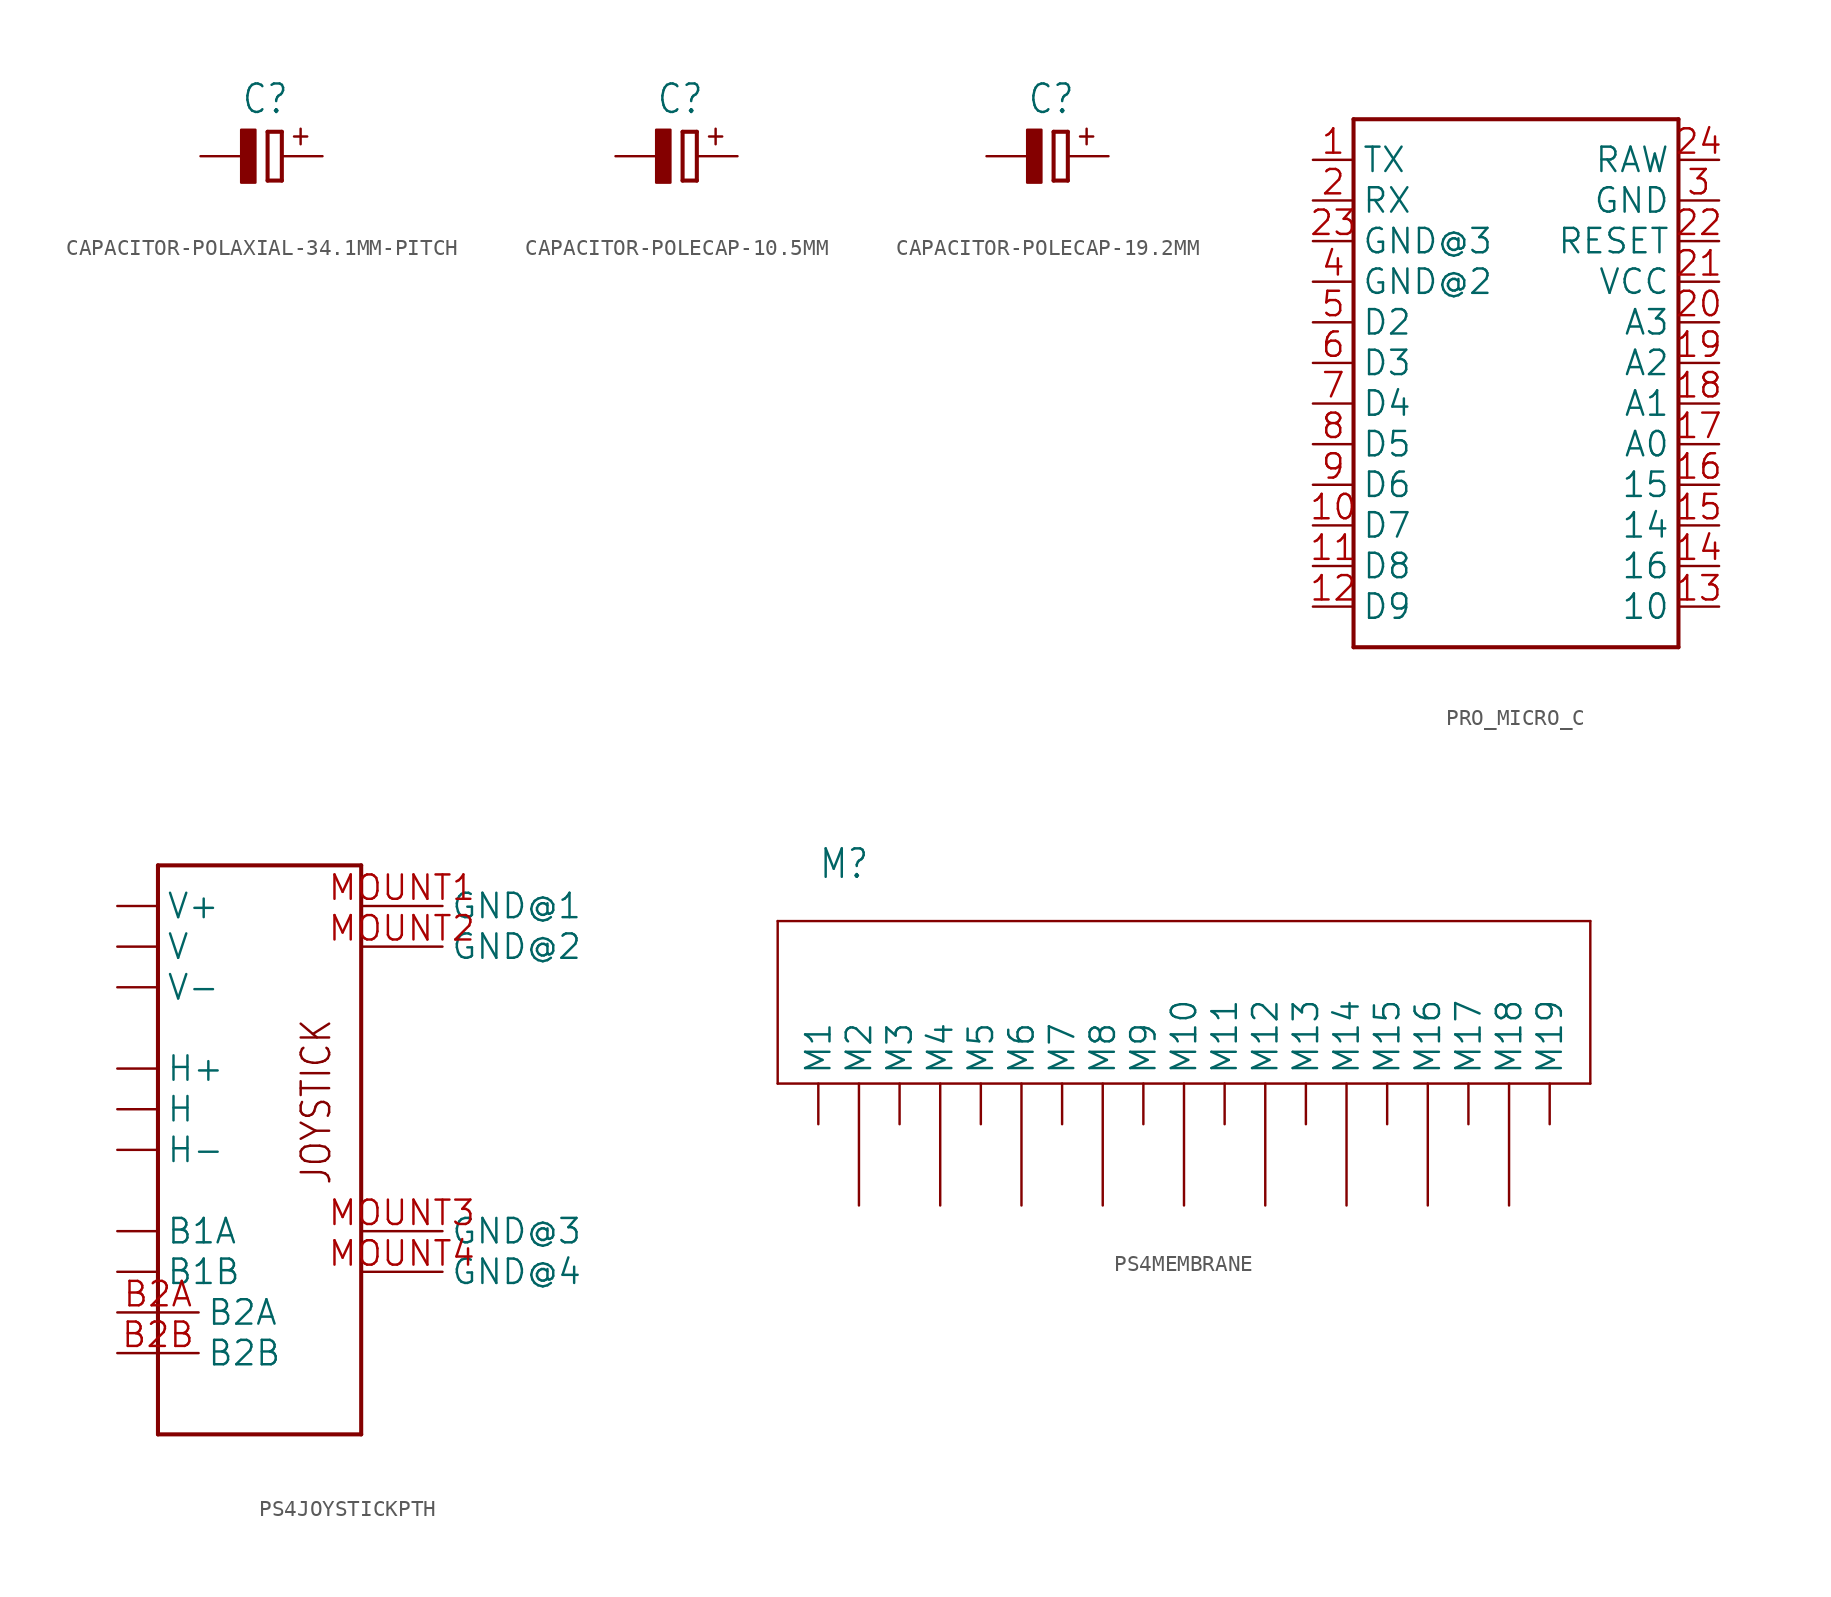
<source format=kicad_sym>
(kicad_symbol_lib
  (version 20241209)
  (generator "kicad_symbol_editor")
  (generator_version "9.0")
  (symbol "CAPACITOR-POLAXIAL-34.1MM-PITCH"
    (property "Reference" "C"
      (at -2.54 2.54 0)
      (effects (font (size 1.778 1.511)) (justify left bottom)))
    (property "Value" ""
      (at -2.54 -3.81 0)
      (effects (font (size 1.778 1.511)) (justify left bottom)))
    (property "ki_locked" ""
      (at 0 0 0)
      (effects (font (size 1.27 1.27))))
    (symbol "CAPACITOR-POLAXIAL-34.1MM-PITCH_1_0"
      (rectangle (start -2.54 -1.651) (end -1.651 1.651) (stroke (width 0) (type default)) (fill (type outline)))
      (polyline (pts (xy -0.889 1.524) (xy 0 1.524)) (stroke (width 0.254) (type solid)) (fill (type none)))
      (polyline (pts (xy -0.889 -1.524) (xy -0.889 1.524)) (stroke (width 0.254) (type solid)) (fill (type none)))
      (polyline (pts (xy 0 -1.524) (xy -0.889 -1.524)) (stroke (width 0.254) (type solid)) (fill (type none)))
      (polyline (pts (xy 0 -1.524) (xy 0 1.524)) (stroke (width 0.254) (type solid)) (fill (type none)))
      (text "+" (at 0.406 0.584 0) (effects (font (size 1.27 1.079)) (justify left bottom)))
      (pin passive line (at -5.08 0 0) (length 2.54) (name "-" (effects (font (size 0 0)))) (number "2" (effects (font (size 0 0)))))
      (pin passive line (at 2.54 0 180) (length 2.54) (name "+" (effects (font (size 0 0)))) (number "1" (effects (font (size 0 0)))))))
  (symbol "CAPACITOR-POLECAP-10.5MM"
    (property "Reference" "C"
      (at -2.54 2.54 0)
      (effects (font (size 1.778 1.511)) (justify left bottom)))
    (property "Value" ""
      (at -2.54 -3.81 0)
      (effects (font (size 1.778 1.511)) (justify left bottom)))
    (property "ki_locked" ""
      (at 0 0 0)
      (effects (font (size 1.27 1.27))))
    (symbol "CAPACITOR-POLECAP-10.5MM_1_0"
      (rectangle (start -2.54 -1.651) (end -1.651 1.651) (stroke (width 0) (type default)) (fill (type outline)))
      (polyline (pts (xy -0.889 1.524) (xy 0 1.524)) (stroke (width 0.254) (type solid)) (fill (type none)))
      (polyline (pts (xy -0.889 -1.524) (xy -0.889 1.524)) (stroke (width 0.254) (type solid)) (fill (type none)))
      (polyline (pts (xy 0 -1.524) (xy -0.889 -1.524)) (stroke (width 0.254) (type solid)) (fill (type none)))
      (polyline (pts (xy 0 -1.524) (xy 0 1.524)) (stroke (width 0.254) (type solid)) (fill (type none)))
      (text "+" (at 0.406 0.584 0) (effects (font (size 1.27 1.079)) (justify left bottom)))
      (pin passive line (at -5.08 0 0) (length 2.54) (name "-" (effects (font (size 0 0)))) (number "2" (effects (font (size 0 0)))))
      (pin passive line (at 2.54 0 180) (length 2.54) (name "+" (effects (font (size 0 0)))) (number "1" (effects (font (size 0 0)))))))
  (symbol "CAPACITOR-POLECAP-19.2MM"
    (property "Reference" "C"
      (at -2.54 2.54 0)
      (effects (font (size 1.778 1.511)) (justify left bottom)))
    (property "Value" ""
      (at -2.54 -3.81 0)
      (effects (font (size 1.778 1.511)) (justify left bottom)))
    (property "ki_locked" ""
      (at 0 0 0)
      (effects (font (size 1.27 1.27))))
    (symbol "CAPACITOR-POLECAP-19.2MM_1_0"
      (rectangle (start -2.54 -1.651) (end -1.651 1.651) (stroke (width 0) (type default)) (fill (type outline)))
      (polyline (pts (xy -0.889 1.524) (xy 0 1.524)) (stroke (width 0.254) (type solid)) (fill (type none)))
      (polyline (pts (xy -0.889 -1.524) (xy -0.889 1.524)) (stroke (width 0.254) (type solid)) (fill (type none)))
      (polyline (pts (xy 0 -1.524) (xy -0.889 -1.524)) (stroke (width 0.254) (type solid)) (fill (type none)))
      (polyline (pts (xy 0 -1.524) (xy 0 1.524)) (stroke (width 0.254) (type solid)) (fill (type none)))
      (text "+" (at 0.406 0.584 0) (effects (font (size 1.27 1.079)) (justify left bottom)))
      (pin passive line (at -5.08 0 0) (length 2.54) (name "-" (effects (font (size 0 0)))) (number "2" (effects (font (size 0 0)))))
      (pin passive line (at 2.54 0 180) (length 2.54) (name "+" (effects (font (size 0 0)))) (number "1" (effects (font (size 0 0)))))))
  (symbol "PRO_MICRO_C"
    (property "Reference" "U"
      (at -10.16 15.748 0)
      (effects (font (size 1.778 1.511)) (justify left bottom) (hide yes)))
    (property "ki_locked" ""
      (at 0 0 0)
      (effects (font (size 1.27 1.27))))
    (symbol "PRO_MICRO_C_1_0"
      (polyline (pts (xy -10.16 15.24) (xy 10.16 15.24)) (stroke (width 0.254) (type solid)) (fill (type none)))
      (polyline (pts (xy -10.16 -17.78) (xy -10.16 15.24)) (stroke (width 0.254) (type solid)) (fill (type none)))
      (polyline (pts (xy 10.16 15.24) (xy 10.16 -17.78)) (stroke (width 0.254) (type solid)) (fill (type none)))
      (polyline (pts (xy 10.16 -17.78) (xy -10.16 -17.78)) (stroke (width 0.254) (type solid)) (fill (type none)))
      (pin bidirectional line (at -12.7 12.7 0) (length 2.54) (name "TX" (effects (font (size 1.524 1.524)))) (number "1" (effects (font (size 1.524 1.524)))))
      (pin bidirectional line (at -12.7 10.16 0) (length 2.54) (name "RX" (effects (font (size 1.524 1.524)))) (number "2" (effects (font (size 1.524 1.524)))))
      (pin bidirectional line (at -12.7 7.62 0) (length 2.54) (name "GND@3" (effects (font (size 1.524 1.524)))) (number "23" (effects (font (size 1.524 1.524)))))
      (pin bidirectional line (at -12.7 5.08 0) (length 2.54) (name "GND@2" (effects (font (size 1.524 1.524)))) (number "4" (effects (font (size 1.524 1.524)))))
      (pin bidirectional line (at -12.7 2.54 0) (length 2.54) (name "D2" (effects (font (size 1.524 1.524)))) (number "5" (effects (font (size 1.524 1.524)))))
      (pin bidirectional line (at -12.7 0 0) (length 2.54) (name "D3" (effects (font (size 1.524 1.524)))) (number "6" (effects (font (size 1.524 1.524)))))
      (pin bidirectional line (at -12.7 -2.54 0) (length 2.54) (name "D4" (effects (font (size 1.524 1.524)))) (number "7" (effects (font (size 1.524 1.524)))))
      (pin bidirectional line (at -12.7 -5.08 0) (length 2.54) (name "D5" (effects (font (size 1.524 1.524)))) (number "8" (effects (font (size 1.524 1.524)))))
      (pin bidirectional line (at -12.7 -7.62 0) (length 2.54) (name "D6" (effects (font (size 1.524 1.524)))) (number "9" (effects (font (size 1.524 1.524)))))
      (pin bidirectional line (at -12.7 -10.16 0) (length 2.54) (name "D7" (effects (font (size 1.524 1.524)))) (number "10" (effects (font (size 1.524 1.524)))))
      (pin bidirectional line (at -12.7 -12.7 0) (length 2.54) (name "D8" (effects (font (size 1.524 1.524)))) (number "11" (effects (font (size 1.524 1.524)))))
      (pin bidirectional line (at -12.7 -15.24 0) (length 2.54) (name "D9" (effects (font (size 1.524 1.524)))) (number "12" (effects (font (size 1.524 1.524)))))
      (pin bidirectional line (at 12.7 12.7 180) (length 2.54) (name "RAW" (effects (font (size 1.524 1.524)))) (number "24" (effects (font (size 1.524 1.524)))))
      (pin bidirectional line (at 12.7 10.16 180) (length 2.54) (name "GND" (effects (font (size 1.524 1.524)))) (number "3" (effects (font (size 1.524 1.524)))))
      (pin bidirectional line (at 12.7 7.62 180) (length 2.54) (name "RESET" (effects (font (size 1.524 1.524)))) (number "22" (effects (font (size 1.524 1.524)))))
      (pin bidirectional line (at 12.7 5.08 180) (length 2.54) (name "VCC" (effects (font (size 1.524 1.524)))) (number "21" (effects (font (size 1.524 1.524)))))
      (pin bidirectional line (at 12.7 2.54 180) (length 2.54) (name "A3" (effects (font (size 1.524 1.524)))) (number "20" (effects (font (size 1.524 1.524)))))
      (pin bidirectional line (at 12.7 0 180) (length 2.54) (name "A2" (effects (font (size 1.524 1.524)))) (number "19" (effects (font (size 1.524 1.524)))))
      (pin bidirectional line (at 12.7 -2.54 180) (length 2.54) (name "A1" (effects (font (size 1.524 1.524)))) (number "18" (effects (font (size 1.524 1.524)))))
      (pin bidirectional line (at 12.7 -5.08 180) (length 2.54) (name "A0" (effects (font (size 1.524 1.524)))) (number "17" (effects (font (size 1.524 1.524)))))
      (pin bidirectional line (at 12.7 -7.62 180) (length 2.54) (name "15" (effects (font (size 1.524 1.524)))) (number "16" (effects (font (size 1.524 1.524)))))
      (pin bidirectional line (at 12.7 -10.16 180) (length 2.54) (name "14" (effects (font (size 1.524 1.524)))) (number "15" (effects (font (size 1.524 1.524)))))
      (pin bidirectional line (at 12.7 -12.7 180) (length 2.54) (name "16" (effects (font (size 1.524 1.524)))) (number "14" (effects (font (size 1.524 1.524)))))
      (pin bidirectional line (at 12.7 -15.24 180) (length 2.54) (name "10" (effects (font (size 1.524 1.524)))) (number "13" (effects (font (size 1.524 1.524)))))))
  (symbol "PS4JOYSTICKPTH"
    (property "Reference" "U"
      (at -7.62 13.462 0)
      (effects (font (size 1.778 1.511)) (justify left bottom) (hide yes)))
    (property "ki_locked" ""
      (at 0 0 0)
      (effects (font (size 1.27 1.27))))
    (symbol "PS4JOYSTICKPTH_1_0"
      (polyline (pts (xy -7.62 12.7) (xy 5.08 12.7)) (stroke (width 0.254) (type solid)) (fill (type none)))
      (polyline (pts (xy -7.62 -22.86) (xy -7.62 12.7)) (stroke (width 0.254) (type solid)) (fill (type none)))
      (polyline (pts (xy 5.08 12.7) (xy 5.08 -22.86)) (stroke (width 0.254) (type solid)) (fill (type none)))
      (polyline (pts (xy 5.08 -22.86) (xy -7.62 -22.86)) (stroke (width 0.254) (type solid)) (fill (type none)))
      (text "JOYSTICK" (at 3.302 -7.366 900) (effects (font (size 1.778 1.511)) (justify left bottom)))
      (pin bidirectional line (at -10.16 10.16 0) (length 2.54) (name "V+" (effects (font (size 1.524 1.524)))) (number "V1" (effects (font (size 0 0)))))
      (pin bidirectional line (at -10.16 7.62 0) (length 2.54) (name "V" (effects (font (size 1.524 1.524)))) (number "V2" (effects (font (size 0 0)))))
      (pin bidirectional line (at -10.16 5.08 0) (length 2.54) (name "V-" (effects (font (size 1.524 1.524)))) (number "V3" (effects (font (size 0 0)))))
      (pin bidirectional line (at -10.16 0 0) (length 2.54) (name "H+" (effects (font (size 1.524 1.524)))) (number "H1" (effects (font (size 0 0)))))
      (pin bidirectional line (at -10.16 -2.54 0) (length 2.54) (name "H" (effects (font (size 1.524 1.524)))) (number "H2" (effects (font (size 0 0)))))
      (pin bidirectional line (at -10.16 -5.08 0) (length 2.54) (name "H-" (effects (font (size 1.524 1.524)))) (number "H3" (effects (font (size 0 0)))))
      (pin bidirectional line (at -10.16 -10.16 0) (length 2.54) (name "B1A" (effects (font (size 1.524 1.524)))) (number "B1A" (effects (font (size 0 0)))))
      (pin bidirectional line (at -10.16 -12.7 0) (length 2.54) (name "B1B" (effects (font (size 1.524 1.524)))) (number "B1B" (effects (font (size 0 0)))))
      (pin bidirectional line (at -10.16 -15.24 0) (length 5.08) (name "B2A" (effects (font (size 1.524 1.524)))) (number "B2A" (effects (font (size 1.524 1.524)))))
      (pin bidirectional line (at -10.16 -17.78 0) (length 5.08) (name "B2B" (effects (font (size 1.524 1.524)))) (number "B2B" (effects (font (size 1.524 1.524)))))
      (pin bidirectional line (at 5.08 10.16 0) (length 5.08) (name "GND@1" (effects (font (size 1.524 1.524)))) (number "MOUNT1" (effects (font (size 1.524 1.524)))))
      (pin bidirectional line (at 5.08 7.62 0) (length 5.08) (name "GND@2" (effects (font (size 1.524 1.524)))) (number "MOUNT2" (effects (font (size 1.524 1.524)))))
      (pin bidirectional line (at 5.08 -10.16 0) (length 5.08) (name "GND@3" (effects (font (size 1.524 1.524)))) (number "MOUNT3" (effects (font (size 1.524 1.524)))))
      (pin bidirectional line (at 5.08 -12.7 0) (length 5.08) (name "GND@4" (effects (font (size 1.524 1.524)))) (number "MOUNT4" (effects (font (size 1.524 1.524)))))))
  (symbol "PS4MEMBRANE"
    (property "Reference" "M"
      (at -45.72 7.62 0)
      (effects (font (size 1.778 1.511)) (justify left bottom)))
    (property "ki_locked" ""
      (at 0 0 0)
      (effects (font (size 1.27 1.27))))
    (symbol "PS4MEMBRANE_1_0"
      (polyline (pts (xy -48.26 5.08) (xy -48.26 -5.08)) (stroke (width 0.152) (type solid)) (fill (type none)))
      (polyline (pts (xy -48.26 -5.08) (xy 2.54 -5.08)) (stroke (width 0.152) (type solid)) (fill (type none)))
      (polyline (pts (xy 2.54 5.08) (xy -48.26 5.08)) (stroke (width 0.152) (type solid)) (fill (type none)))
      (polyline (pts (xy 2.54 -5.08) (xy 2.54 5.08)) (stroke (width 0.152) (type solid)) (fill (type none)))
      (pin bidirectional line (at -45.72 -7.62 90) (length 2.54) (name "M1" (effects (font (size 1.524 1.524)))) (number "1" (effects (font (size 0 0)))))
      (pin power_in line (at -43.18 -12.7 90) (length 7.62) (name "M2" (effects (font (size 1.524 1.524)))) (number "2" (effects (font (size 0 0)))))
      (pin power_in line (at -40.64 -7.62 90) (length 2.54) (name "M3" (effects (font (size 1.524 1.524)))) (number "3" (effects (font (size 0 0)))))
      (pin bidirectional line (at -38.1 -12.7 90) (length 7.62) (name "M4" (effects (font (size 1.524 1.524)))) (number "4" (effects (font (size 0 0)))))
      (pin bidirectional line (at -35.56 -7.62 90) (length 2.54) (name "M5" (effects (font (size 1.524 1.524)))) (number "5" (effects (font (size 0 0)))))
      (pin bidirectional line (at -33.02 -12.7 90) (length 7.62) (name "M6" (effects (font (size 1.524 1.524)))) (number "6" (effects (font (size 0 0)))))
      (pin bidirectional line (at -30.48 -7.62 90) (length 2.54) (name "M7" (effects (font (size 1.524 1.524)))) (number "7" (effects (font (size 0 0)))))
      (pin bidirectional line (at -27.94 -12.7 90) (length 7.62) (name "M8" (effects (font (size 1.524 1.524)))) (number "8" (effects (font (size 0 0)))))
      (pin power_in line (at -25.4 -7.62 90) (length 2.54) (name "M9" (effects (font (size 1.524 1.524)))) (number "9" (effects (font (size 0 0)))))
      (pin power_in line (at -22.86 -12.7 90) (length 7.62) (name "M10" (effects (font (size 1.524 1.524)))) (number "10" (effects (font (size 0 0)))))
      (pin bidirectional line (at -20.32 -7.62 90) (length 2.54) (name "M11" (effects (font (size 1.524 1.524)))) (number "11" (effects (font (size 0 0)))))
      (pin bidirectional line (at -17.78 -12.7 90) (length 7.62) (name "M12" (effects (font (size 1.524 1.524)))) (number "12" (effects (font (size 0 0)))))
      (pin bidirectional line (at -15.24 -7.62 90) (length 2.54) (name "M13" (effects (font (size 1.524 1.524)))) (number "13" (effects (font (size 0 0)))))
      (pin bidirectional line (at -12.7 -12.7 90) (length 7.62) (name "M14" (effects (font (size 1.524 1.524)))) (number "14" (effects (font (size 0 0)))))
      (pin bidirectional line (at -10.16 -7.62 90) (length 2.54) (name "M15" (effects (font (size 1.524 1.524)))) (number "15" (effects (font (size 0 0)))))
      (pin bidirectional line (at -7.62 -12.7 90) (length 7.62) (name "M16" (effects (font (size 1.524 1.524)))) (number "16" (effects (font (size 0 0)))))
      (pin bidirectional line (at -5.08 -7.62 90) (length 2.54) (name "M17" (effects (font (size 1.524 1.524)))) (number "17" (effects (font (size 0 0)))))
      (pin bidirectional line (at -2.54 -12.7 90) (length 7.62) (name "M18" (effects (font (size 1.524 1.524)))) (number "18" (effects (font (size 0 0)))))
      (pin bidirectional line (at 0 -7.62 90) (length 2.54) (name "M19" (effects (font (size 1.524 1.524)))) (number "19" (effects (font (size 0 0))))))))
</source>
